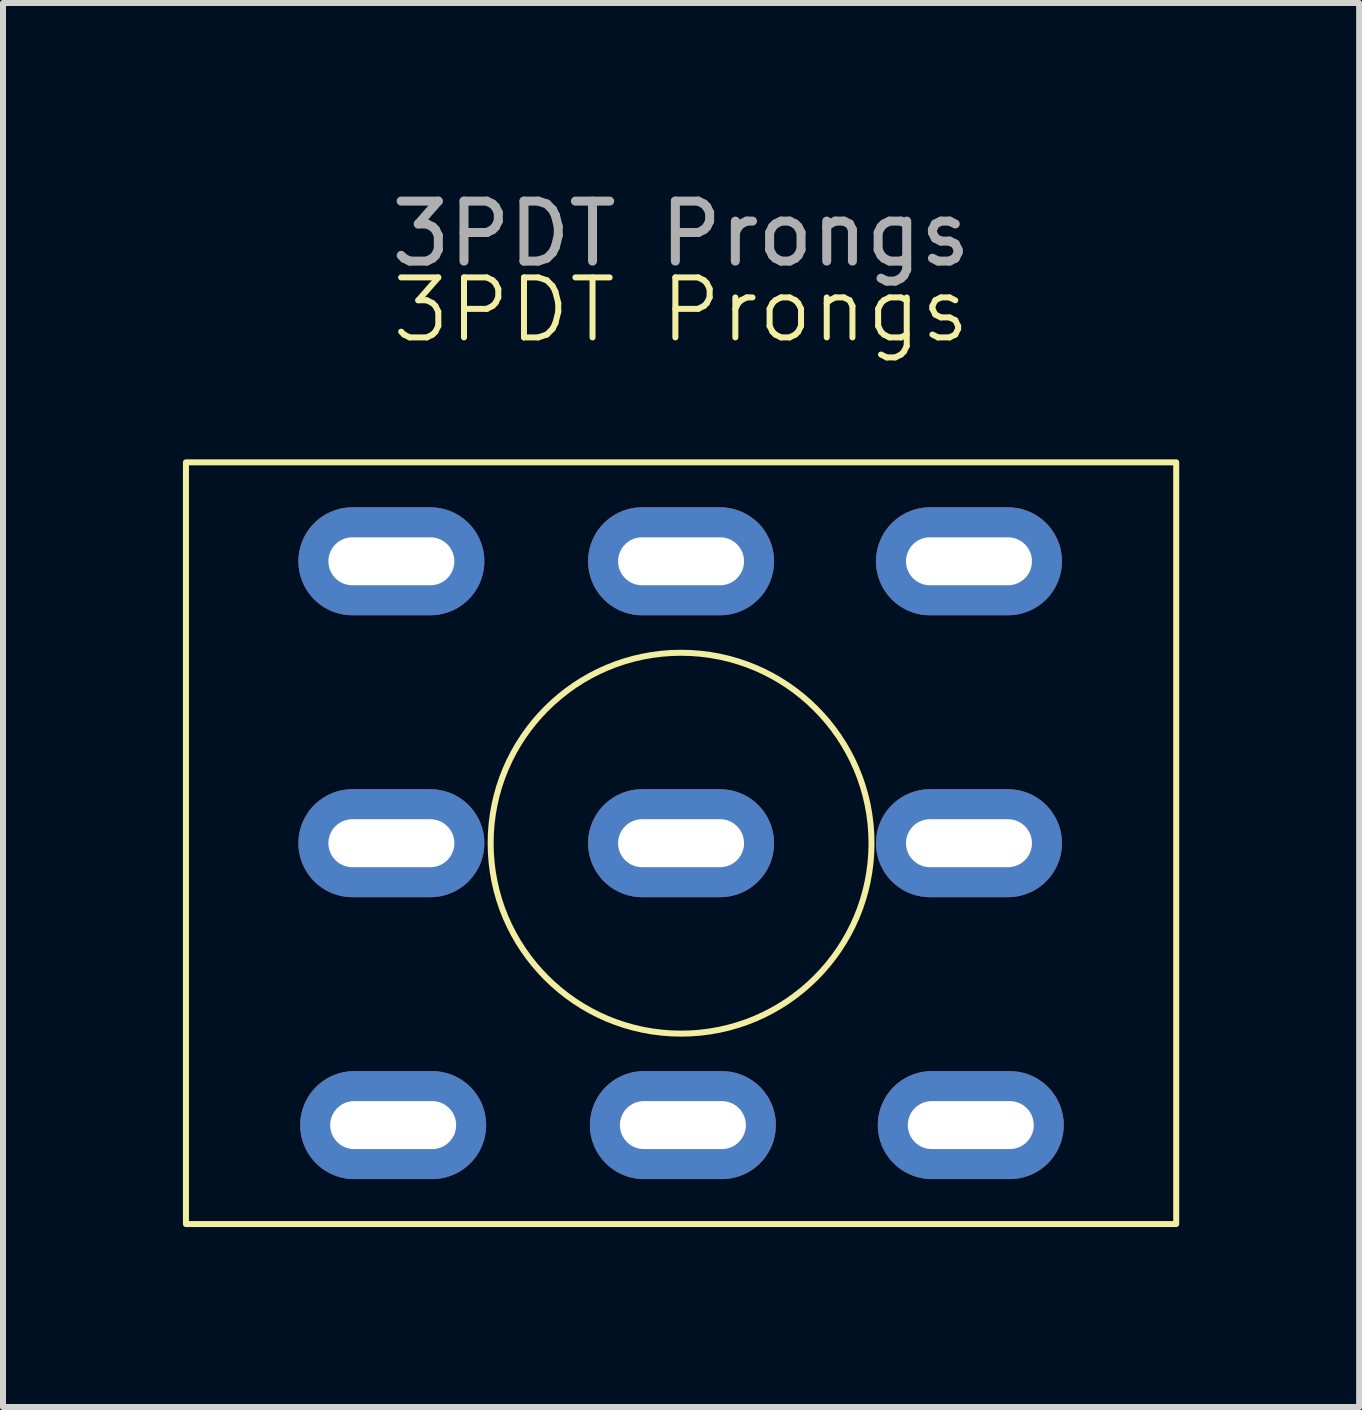
<source format=kicad_pcb>
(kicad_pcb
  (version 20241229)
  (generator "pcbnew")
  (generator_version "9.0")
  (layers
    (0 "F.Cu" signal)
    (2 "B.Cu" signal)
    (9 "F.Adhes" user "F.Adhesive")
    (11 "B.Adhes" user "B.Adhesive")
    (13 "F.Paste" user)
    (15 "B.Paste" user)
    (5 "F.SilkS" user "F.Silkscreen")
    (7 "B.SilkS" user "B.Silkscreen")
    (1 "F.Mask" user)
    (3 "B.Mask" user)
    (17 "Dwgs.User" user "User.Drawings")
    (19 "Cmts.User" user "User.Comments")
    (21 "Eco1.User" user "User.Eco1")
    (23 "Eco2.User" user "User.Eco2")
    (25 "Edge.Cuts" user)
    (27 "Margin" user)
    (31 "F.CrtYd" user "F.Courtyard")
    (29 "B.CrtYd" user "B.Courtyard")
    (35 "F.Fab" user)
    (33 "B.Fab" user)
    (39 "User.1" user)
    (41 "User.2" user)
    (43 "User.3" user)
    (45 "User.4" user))
  (footprint "3PDT Prongs"
    (layer "F.Cu")
    (at 8.305 11.008)
    (property "Reference" "3PDT Prongs" (at 0 -8.89 0) (unlocked yes) (layer "F.SilkS") (effects (font (size 1 1) (thickness 0.1))))
    (attr through_hole)
    (fp_rect (start -8.255 -6.35) (end 8.255 6.35) (stroke (width 0.1) (type default)) (fill no) (layer "F.SilkS"))
    (fp_circle (center 0 0) (end 3.175 0) (stroke (width 0.1) (type default)) (fill no) (layer "F.SilkS"))
    (fp_text user "${REFERENCE}" (at 0 -10.16 0) (unlocked yes) (layer "F.Fab") (effects (font (size 1 1) (thickness 0.15))))
    (pad "1" thru_hole oval (at -4.83 -4.7 270) (size 1.8 3.1) (drill oval 0.8 2.1) (layers "*.Cu" "*.Mask"))
    (pad "2" thru_hole oval (at -4.83 0 270) (size 1.8 3.1) (drill oval 0.8 2.1) (layers "*.Cu" "*.Mask"))
    (pad "3" thru_hole oval (at -4.8 4.7 270) (size 1.8 3.1) (drill oval 0.8 2.1) (layers "*.Cu" "*.Mask"))
    (pad "4" thru_hole oval (at 0 -4.7 270) (size 1.8 3.1) (drill oval 0.8 2.1) (layers "*.Cu" "*.Mask"))
    (pad "5" thru_hole oval (at 0 0 270) (size 1.8 3.1) (drill oval 0.8 2.1) (layers "*.Cu" "*.Mask"))
    (pad "6" thru_hole oval (at 0.03 4.7 270) (size 1.8 3.1) (drill oval 0.8 2.1) (layers "*.Cu" "*.Mask"))
    (pad "7" thru_hole oval (at 4.8 -4.7 270) (size 1.8 3.1) (drill oval 0.8 2.1) (layers "*.Cu" "*.Mask"))
    (pad "8" thru_hole oval (at 4.8 0 270) (size 1.8 3.1) (drill oval 0.8 2.1) (layers "*.Cu" "*.Mask"))
    (pad "9" thru_hole oval (at 4.83 4.7 270) (size 1.8 3.1) (drill oval 0.8 2.1) (layers "*.Cu" "*.Mask")))
  (gr_rect
    (start -3 -3)
    (end 19.61 20.408)
    (stroke (width 0.1) (type default))
    (fill no)
    (layer "Edge.Cuts")))
</source>
